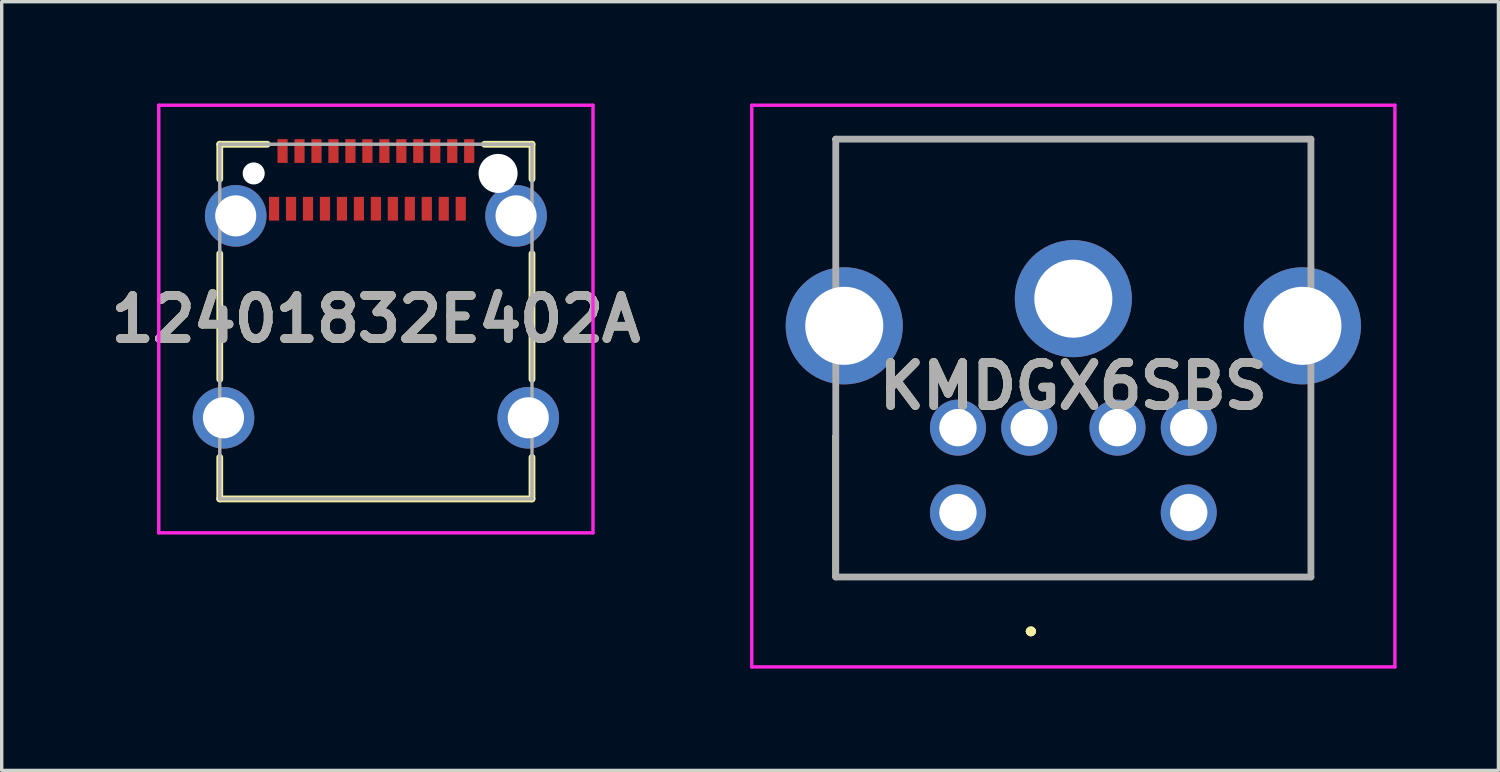
<source format=kicad_pcb>
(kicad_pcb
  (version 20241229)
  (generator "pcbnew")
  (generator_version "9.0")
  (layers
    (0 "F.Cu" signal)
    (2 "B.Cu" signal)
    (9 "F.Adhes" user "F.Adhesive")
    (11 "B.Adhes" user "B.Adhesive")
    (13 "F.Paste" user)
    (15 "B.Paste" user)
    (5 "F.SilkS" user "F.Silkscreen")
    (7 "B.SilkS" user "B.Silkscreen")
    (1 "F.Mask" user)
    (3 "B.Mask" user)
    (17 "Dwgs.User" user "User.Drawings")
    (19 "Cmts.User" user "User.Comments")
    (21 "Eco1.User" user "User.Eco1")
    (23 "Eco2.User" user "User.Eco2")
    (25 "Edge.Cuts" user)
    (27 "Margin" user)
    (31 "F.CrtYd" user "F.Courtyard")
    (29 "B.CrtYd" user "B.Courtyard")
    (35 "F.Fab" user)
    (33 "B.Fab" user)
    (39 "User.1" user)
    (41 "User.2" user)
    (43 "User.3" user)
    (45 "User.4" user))
  (footprint "12401832E402A"
    (layer "F.Cu")
    (at 8.025 6.425)
    (property "Reference" "12401832E402A" (at 0 -0.075 0) (layer "F.SilkS") (effects (font (size 1.27 1.27) (thickness 0.254))))
    (attr through_hole)
    (fp_line (start -4.6 -5.225) (end -4.6 -4.2) (stroke (width 0.2) (type solid)) (layer "F.SilkS"))
    (fp_line (start -4.6 -2) (end -4.6 1.7) (stroke (width 0.2) (type solid)) (layer "F.SilkS"))
    (fp_line (start -4.6 4) (end -4.6 5.225) (stroke (width 0.2) (type solid)) (layer "F.SilkS"))
    (fp_line (start -4.6 5.225) (end 4.6 5.225) (stroke (width 0.2) (type solid)) (layer "F.SilkS"))
    (fp_line (start -3.2 -5.225) (end -4.6 -5.225) (stroke (width 0.2) (type solid)) (layer "F.SilkS"))
    (fp_line (start 4.6 -5.225) (end 3.2 -5.225) (stroke (width 0.2) (type solid)) (layer "F.SilkS"))
    (fp_line (start 4.6 -4.2) (end 4.6 -5.225) (stroke (width 0.2) (type solid)) (layer "F.SilkS"))
    (fp_line (start 4.6 1.7) (end 4.6 -2) (stroke (width 0.2) (type solid)) (layer "F.SilkS"))
    (fp_line (start 4.6 5.225) (end 4.6 4) (stroke (width 0.2) (type solid)) (layer "F.SilkS"))
    (fp_line (start -6.397 -6.375) (end 6.397 -6.375) (stroke (width 0.1) (type solid)) (layer "F.CrtYd"))
    (fp_line (start -6.397 6.225) (end -6.397 -6.375) (stroke (width 0.1) (type solid)) (layer "F.CrtYd"))
    (fp_line (start 6.397 -6.375) (end 6.397 6.225) (stroke (width 0.1) (type solid)) (layer "F.CrtYd"))
    (fp_line (start 6.397 6.225) (end -6.397 6.225) (stroke (width 0.1) (type solid)) (layer "F.CrtYd"))
    (fp_line (start -4.6 -5.225) (end 4.6 -5.225) (stroke (width 0.1) (type solid)) (layer "F.Fab"))
    (fp_line (start -4.6 5.225) (end -4.6 -5.225) (stroke (width 0.1) (type solid)) (layer "F.Fab"))
    (fp_line (start 4.6 -5.225) (end 4.6 5.225) (stroke (width 0.1) (type solid)) (layer "F.Fab"))
    (fp_line (start 4.6 5.225) (end -4.6 5.225) (stroke (width 0.1) (type solid)) (layer "F.Fab"))
    (fp_text user "${REFERENCE}" (at 0 -0.075 0) (layer "F.Fab") (effects (font (size 1.27 1.27) (thickness 0.254))))
    (pad "" np_thru_hole circle (at -3.6 -4.365) (size 0.65 0.65) (drill 0.65) (layers "*.Cu" "*.Mask"))
    (pad "" np_thru_hole circle (at 3.6 -4.365) (size 1.15 1.15) (drill 1.15) (layers "*.Cu" "*.Mask"))
    (pad "A1" smd rect (at -2.75 -5.025) (size 0.3 0.7) (layers "F.Cu" "F.Mask" "F.Paste"))
    (pad "A2" smd rect (at -2.25 -5.025) (size 0.3 0.7) (layers "F.Cu" "F.Mask" "F.Paste"))
    (pad "A3" smd rect (at -1.75 -5.025) (size 0.3 0.7) (layers "F.Cu" "F.Mask" "F.Paste"))
    (pad "A4" smd rect (at -1.25 -5.025) (size 0.3 0.7) (layers "F.Cu" "F.Mask" "F.Paste"))
    (pad "A5" smd rect (at -0.75 -5.025) (size 0.3 0.7) (layers "F.Cu" "F.Mask" "F.Paste"))
    (pad "A6" smd rect (at -0.25 -5.025) (size 0.3 0.7) (layers "F.Cu" "F.Mask" "F.Paste"))
    (pad "A7" smd rect (at 0.25 -5.025) (size 0.3 0.7) (layers "F.Cu" "F.Mask" "F.Paste"))
    (pad "A8" smd rect (at 0.75 -5.025) (size 0.3 0.7) (layers "F.Cu" "F.Mask" "F.Paste"))
    (pad "A9" smd rect (at 1.25 -5.025) (size 0.3 0.7) (layers "F.Cu" "F.Mask" "F.Paste"))
    (pad "A10" smd rect (at 1.75 -5.025) (size 0.3 0.7) (layers "F.Cu" "F.Mask" "F.Paste"))
    (pad "A11" smd rect (at 2.25 -5.025) (size 0.3 0.7) (layers "F.Cu" "F.Mask" "F.Paste"))
    (pad "A12" smd rect (at 2.75 -5.025) (size 0.3 0.7) (layers "F.Cu" "F.Mask" "F.Paste"))
    (pad "B1" smd rect (at 2.5 -3.325) (size 0.3 0.7) (layers "F.Cu" "F.Mask" "F.Paste"))
    (pad "B2" smd rect (at 2 -3.325) (size 0.3 0.7) (layers "F.Cu" "F.Mask" "F.Paste"))
    (pad "B3" smd rect (at 1.5 -3.325) (size 0.3 0.7) (layers "F.Cu" "F.Mask" "F.Paste"))
    (pad "B4" smd rect (at 1 -3.325) (size 0.3 0.7) (layers "F.Cu" "F.Mask" "F.Paste"))
    (pad "B5" smd rect (at 0.5 -3.325) (size 0.3 0.7) (layers "F.Cu" "F.Mask" "F.Paste"))
    (pad "B6" smd rect (at 0 -3.325) (size 0.3 0.7) (layers "F.Cu" "F.Mask" "F.Paste"))
    (pad "B7" smd rect (at -0.5 -3.325) (size 0.3 0.7) (layers "F.Cu" "F.Mask" "F.Paste"))
    (pad "B8" smd rect (at -1 -3.325) (size 0.3 0.7) (layers "F.Cu" "F.Mask" "F.Paste"))
    (pad "B9" smd rect (at -1.5 -3.325) (size 0.3 0.7) (layers "F.Cu" "F.Mask" "F.Paste"))
    (pad "B10" smd rect (at -2 -3.325) (size 0.3 0.7) (layers "F.Cu" "F.Mask" "F.Paste"))
    (pad "B11" smd rect (at -2.5 -3.325) (size 0.3 0.7) (layers "F.Cu" "F.Mask" "F.Paste"))
    (pad "B12" smd rect (at -3 -3.325) (size 0.3 0.7) (layers "F.Cu" "F.Mask" "F.Paste"))
    (pad "MH1" thru_hole circle (at -4.13 -3.115) (size 1.815 1.815) (drill 1.21) (layers "*.Cu" "*.Mask"))
    (pad "MH2" thru_hole circle (at 4.13 -3.115) (size 1.815 1.815) (drill 1.21) (layers "*.Cu" "*.Mask"))
    (pad "MH3" thru_hole circle (at 4.49 2.835) (size 1.815 1.815) (drill 1.21) (layers "*.Cu" "*.Mask"))
    (pad "MH4" thru_hole circle (at -4.49 2.835) (size 1.815 1.815) (drill 1.21) (layers "*.Cu" "*.Mask")))
  (footprint "KMDGX6SBS"
    (layer "F.Cu")
    (at 27.275 9.55)
    (property "Reference" "KMDGX6SBS" (at 1.3 -1.225 0) (layer "F.SilkS") (effects (font (size 1.27 1.27) (thickness 0.254))))
    (attr through_hole)
    (fp_line (start -5.75 -8.5) (end -5.75 -8.5) (stroke (width 0.1) (type solid)) (layer "F.SilkS"))
    (fp_line (start -5.75 -8.5) (end 8.25 -8.5) (stroke (width 0.1) (type solid)) (layer "F.SilkS"))
    (fp_line (start -5.75 0.25) (end -5.7 0.25) (stroke (width 0.1) (type solid)) (layer "F.SilkS"))
    (fp_line (start -5.75 4.4) (end -5.75 0.25) (stroke (width 0.1) (type solid)) (layer "F.SilkS"))
    (fp_line (start -5.7 -8.5) (end -5.7 -8.5) (stroke (width 0.1) (type solid)) (layer "F.SilkS"))
    (fp_line (start -5.7 -8.5) (end -5.7 -5.75) (stroke (width 0.1) (type solid)) (layer "F.SilkS"))
    (fp_line (start -5.7 -5.75) (end -5.7 -8.5) (stroke (width 0.1) (type solid)) (layer "F.SilkS"))
    (fp_line (start -5.7 -5.75) (end -5.7 -5.75) (stroke (width 0.1) (type solid)) (layer "F.SilkS"))
    (fp_line (start -5.7 0.25) (end -5.7 4.4) (stroke (width 0.1) (type solid)) (layer "F.SilkS"))
    (fp_line (start -5.7 4.4) (end -5.75 4.4) (stroke (width 0.1) (type solid)) (layer "F.SilkS"))
    (fp_line (start -5.7 4.4) (end -5.7 4.4) (stroke (width 0.1) (type solid)) (layer "F.SilkS"))
    (fp_line (start -5.7 4.4) (end 8.3 4.4) (stroke (width 0.1) (type solid)) (layer "F.SilkS"))
    (fp_line (start 0 6) (end 0 6) (stroke (width 0.2) (type solid)) (layer "F.SilkS"))
    (fp_line (start 0 6) (end 0 6) (stroke (width 0.2) (type solid)) (layer "F.SilkS"))
    (fp_line (start 0.1 6) (end 0.1 6) (stroke (width 0.2) (type solid)) (layer "F.SilkS"))
    (fp_line (start 8.25 -8.5) (end -5.75 -8.5) (stroke (width 0.1) (type solid)) (layer "F.SilkS"))
    (fp_line (start 8.25 -8.5) (end 8.25 -8.5) (stroke (width 0.1) (type solid)) (layer "F.SilkS"))
    (fp_line (start 8.3 -8.5) (end 8.3 -8.5) (stroke (width 0.1) (type solid)) (layer "F.SilkS"))
    (fp_line (start 8.3 -8.5) (end 8.3 -5.5) (stroke (width 0.1) (type solid)) (layer "F.SilkS"))
    (fp_line (start 8.3 -5.5) (end 8.3 -8.5) (stroke (width 0.1) (type solid)) (layer "F.SilkS"))
    (fp_line (start 8.3 -5.5) (end 8.3 -5.5) (stroke (width 0.1) (type solid)) (layer "F.SilkS"))
    (fp_line (start 8.3 0) (end 8.3 0) (stroke (width 0.1) (type solid)) (layer "F.SilkS"))
    (fp_line (start 8.3 0) (end 8.3 4.4) (stroke (width 0.1) (type solid)) (layer "F.SilkS"))
    (fp_line (start 8.3 4.4) (end -5.7 4.4) (stroke (width 0.1) (type solid)) (layer "F.SilkS"))
    (fp_line (start 8.3 4.4) (end 8.3 0) (stroke (width 0.1) (type solid)) (layer "F.SilkS"))
    (fp_line (start 8.3 4.4) (end 8.3 4.4) (stroke (width 0.1) (type solid)) (layer "F.SilkS"))
    (fp_line (start 8.3 4.4) (end 8.3 4.4) (stroke (width 0.1) (type solid)) (layer "F.SilkS"))
    (fp_arc (start 0 6) (mid 0.05 5.95) (end 0.1 6) (stroke (width 0.2) (type solid)) (layer "F.SilkS"))
    (fp_arc (start 0.1 6) (mid 0.05 6.05) (end 0 6) (stroke (width 0.2) (type solid)) (layer "F.SilkS"))
    (fp_arc (start 0.1 6) (mid 0.05 6.05) (end 0 6) (stroke (width 0.2) (type solid)) (layer "F.SilkS"))
    (fp_line (start -8.175 -9.5) (end 10.775 -9.5) (stroke (width 0.1) (type solid)) (layer "F.CrtYd"))
    (fp_line (start -8.175 7.05) (end -8.175 -9.5) (stroke (width 0.1) (type solid)) (layer "F.CrtYd"))
    (fp_line (start 10.775 -9.5) (end 10.775 7.05) (stroke (width 0.1) (type solid)) (layer "F.CrtYd"))
    (fp_line (start 10.775 7.05) (end -8.175 7.05) (stroke (width 0.1) (type solid)) (layer "F.CrtYd"))
    (fp_line (start -5.7 -8.5) (end -5.7 4.4) (stroke (width 0.2) (type solid)) (layer "F.Fab"))
    (fp_line (start -5.7 4.4) (end 8.3 4.4) (stroke (width 0.2) (type solid)) (layer "F.Fab"))
    (fp_line (start 8.3 -8.5) (end -5.7 -8.5) (stroke (width 0.2) (type solid)) (layer "F.Fab"))
    (fp_line (start 8.3 4.4) (end 8.3 -8.5) (stroke (width 0.2) (type solid)) (layer "F.Fab"))
    (fp_text user "${REFERENCE}" (at 1.3 -1.225 0) (layer "F.Fab") (effects (font (size 1.27 1.27) (thickness 0.254))))
    (pad "1" thru_hole circle (at 0 0) (size 1.65 1.65) (drill 1.1) (layers "*.Cu" "*.Mask"))
    (pad "2" thru_hole circle (at 2.6 0) (size 1.65 1.65) (drill 1.1) (layers "*.Cu" "*.Mask"))
    (pad "3" thru_hole circle (at -2.1 0) (size 1.65 1.65) (drill 1.1) (layers "*.Cu" "*.Mask"))
    (pad "4" thru_hole circle (at 4.7 0) (size 1.65 1.65) (drill 1.1) (layers "*.Cu" "*.Mask"))
    (pad "5" thru_hole circle (at -2.1 2.5) (size 1.65 1.65) (drill 1.1) (layers "*.Cu" "*.Mask"))
    (pad "6" thru_hole circle (at 4.7 2.5) (size 1.65 1.65) (drill 1.1) (layers "*.Cu" "*.Mask"))
    (pad "MH1" thru_hole circle (at -5.45 -3) (size 3.45 3.45) (drill 2.3) (layers "*.Cu" "*.Mask"))
    (pad "MH1" thru_hole circle (at 1.3 -3.8) (size 3.45 3.45) (drill 2.3) (layers "*.Cu" "*.Mask"))
    (pad "MH1" thru_hole circle (at 8.05 -3) (size 3.45 3.45) (drill 2.3) (layers "*.Cu" "*.Mask")))
  (gr_rect
    (start -3 -3)
    (end 41.1 19.65)
    (stroke (width 0.1) (type default))
    (fill no)
    (layer "Edge.Cuts")))
</source>
